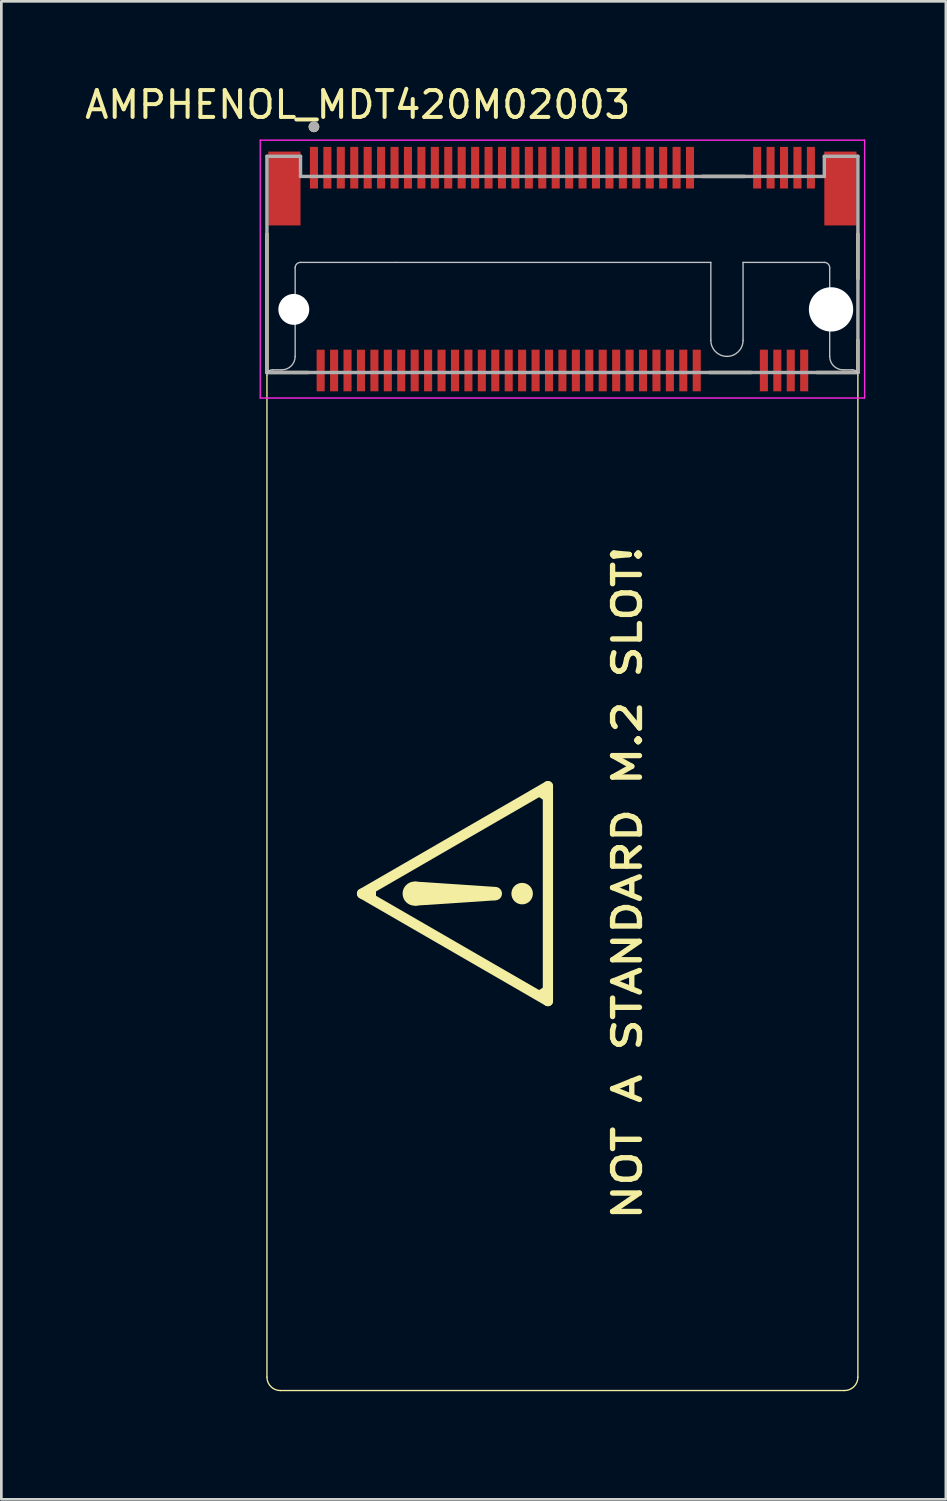
<source format=kicad_pcb>
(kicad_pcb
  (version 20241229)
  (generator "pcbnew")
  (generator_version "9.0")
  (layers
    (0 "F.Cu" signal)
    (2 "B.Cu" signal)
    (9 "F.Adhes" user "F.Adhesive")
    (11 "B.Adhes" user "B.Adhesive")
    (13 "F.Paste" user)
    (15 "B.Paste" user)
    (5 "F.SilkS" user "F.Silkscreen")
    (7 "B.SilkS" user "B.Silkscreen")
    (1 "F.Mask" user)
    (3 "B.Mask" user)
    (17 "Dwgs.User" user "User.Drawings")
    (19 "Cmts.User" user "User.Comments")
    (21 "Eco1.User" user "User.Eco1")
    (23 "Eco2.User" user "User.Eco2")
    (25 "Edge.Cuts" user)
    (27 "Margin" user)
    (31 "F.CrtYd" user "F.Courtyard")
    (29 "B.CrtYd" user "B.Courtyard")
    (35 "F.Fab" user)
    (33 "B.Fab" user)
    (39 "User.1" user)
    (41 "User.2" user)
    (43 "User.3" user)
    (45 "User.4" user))
  (footprint "AMPHENOL_MDT420M02003"
    (layer "F.Cu")
    (at 17.888 8.468)
    (property "Reference" "AMPHENOL_MDT420M02003" (at -7.62 -7.62 0) (layer "F.SilkS") (effects (font (size 1 1) (thickness 0.15))))
    (attr smd)
    (fp_line (start -11 2.35) (end -11 -2.805) (stroke (width 0.127) (type solid)) (layer "F.SilkS"))
    (fp_line (start -11 2.45) (end -11 39.75) (stroke (width 0.05) (type solid)) (layer "F.SilkS"))
    (fp_line (start -10.5 40.25) (end 10.5 40.25) (stroke (width 0.05) (type solid)) (layer "F.SilkS"))
    (fp_line (start -9.47 2.35) (end -11 2.35) (stroke (width 0.127) (type solid)) (layer "F.SilkS"))
    (fp_line (start -7.46 21.75) (end -0.54 17.75) (stroke (width 0.381) (type solid)) (layer "F.SilkS"))
    (fp_line (start -7.04 21.9) (end -7.04 21.59) (stroke (width 0.2) (type default)) (layer "F.SilkS"))
    (fp_line (start -0.56 18.24) (end -0.969 17.974) (stroke (width 0.2) (type default)) (layer "F.SilkS"))
    (fp_line (start -0.56 25.26) (end -0.969 25.526) (stroke (width 0.2) (type default)) (layer "F.SilkS"))
    (fp_line (start -0.54 17.75) (end -0.54 25.75) (stroke (width 0.381) (type solid)) (layer "F.SilkS"))
    (fp_line (start -0.54 25.75) (end -7.46 21.75) (stroke (width 0.381) (type solid)) (layer "F.SilkS"))
    (fp_line (start 5.213 -4.95) (end 6.777 -4.95) (stroke (width 0.127) (type solid)) (layer "F.SilkS"))
    (fp_line (start 5.463 2.35) (end 7.027 2.35) (stroke (width 0.127) (type solid)) (layer "F.SilkS"))
    (fp_line (start 11 -2.805) (end 11 -1.145) (stroke (width 0.127) (type solid)) (layer "F.SilkS"))
    (fp_line (start 11 2.35) (end 9.47 2.35) (stroke (width 0.127) (type solid)) (layer "F.SilkS"))
    (fp_line (start 11 2.35) (end 11 1.145) (stroke (width 0.127) (type solid)) (layer "F.SilkS"))
    (fp_line (start 11 39.75) (end 11 2.45) (stroke (width 0.05) (type solid)) (layer "F.SilkS"))
    (fp_arc (start -10.5 40.25) (mid -10.853554 40.103554) (end -11 39.75) (stroke (width 0.05) (type solid)) (layer "F.SilkS"))
    (fp_arc (start 11 39.75) (mid 10.853553 40.103553) (end 10.5 40.25) (stroke (width 0.05) (type solid)) (layer "F.SilkS"))
    (fp_circle (center -9.25 -6.796) (end -9.15 -6.796) (stroke (width 0.2) (type solid)) (fill no) (layer "F.SilkS"))
    (fp_circle (center -5.5 21.75) (end -5.5 21.3) (stroke (width 0) (type solid)) (fill yes) (layer "F.SilkS"))
    (fp_circle (center -2.5 21.75) (end -2.5 21.5) (stroke (width 0) (type solid)) (fill yes) (layer "F.SilkS"))
    (fp_circle (center -1.5 21.75) (end -1.5 21.35) (stroke (width 0) (type solid)) (fill yes) (layer "F.SilkS"))
    (fp_poly (pts (xy -2.5 22) (xy -2.5 21.5) (xy -5.5 21.3) (xy -5.5 22.2)) (stroke (width 0) (type solid)) (fill yes) (layer "F.SilkS"))
    (fp_line (start -10.45 2.25) (end -10.8 2.25) (stroke (width 0.05) (type solid)) (layer "Dwgs.User"))
    (fp_line (start -9.95 -1.55) (end -9.95 1.75) (stroke (width 0.05) (type solid)) (layer "Dwgs.User"))
    (fp_line (start -6.2 -1.75) (end -9.75 -1.75) (stroke (width 0.05) (type solid)) (layer "Dwgs.User"))
    (fp_line (start 5.525 -1.75) (end -6.2 -1.75) (stroke (width 0.05) (type solid)) (layer "Dwgs.User"))
    (fp_line (start 5.525 1.15) (end 5.525 -1.75) (stroke (width 0.05) (type solid)) (layer "Dwgs.User"))
    (fp_line (start 6.725 -1.75) (end 9.75 -1.75) (stroke (width 0.05) (type solid)) (layer "Dwgs.User"))
    (fp_line (start 6.725 1.15) (end 6.725 -1.75) (stroke (width 0.05) (type solid)) (layer "Dwgs.User"))
    (fp_line (start 9.95 1.75) (end 9.95 -1.55) (stroke (width 0.05) (type solid)) (layer "Dwgs.User"))
    (fp_line (start 10.8 2.25) (end 10.45 2.25) (stroke (width 0.05) (type solid)) (layer "Dwgs.User"))
    (fp_arc (start -11 2.45) (mid -10.941422 2.308578) (end -10.8 2.25) (stroke (width 0.05) (type solid)) (layer "Dwgs.User"))
    (fp_arc (start -9.95 -1.55) (mid -9.891421 -1.691421) (end -9.75 -1.75) (stroke (width 0.05) (type solid)) (layer "Dwgs.User"))
    (fp_arc (start -9.95 1.75) (mid -10.096447 2.103553) (end -10.45 2.25) (stroke (width 0.05) (type solid)) (layer "Dwgs.User"))
    (fp_arc (start 6.125 1.75) (mid 5.700736 1.574264) (end 5.525 1.15) (stroke (width 0.05) (type solid)) (layer "Dwgs.User"))
    (fp_arc (start 6.725 1.15) (mid 6.549264 1.574264) (end 6.125 1.75) (stroke (width 0.05) (type solid)) (layer "Dwgs.User"))
    (fp_arc (start 9.75 -1.75) (mid 9.891421 -1.691421) (end 9.95 -1.55) (stroke (width 0.05) (type solid)) (layer "Dwgs.User"))
    (fp_arc (start 10.45 2.25) (mid 10.096447 2.103553) (end 9.95 1.75) (stroke (width 0.05) (type solid)) (layer "Dwgs.User"))
    (fp_arc (start 10.8 2.25) (mid 10.941421 2.308579) (end 11 2.45) (stroke (width 0.05) (type solid)) (layer "Dwgs.User"))
    (fp_line (start -11.25 -6.3) (end -11.25 3.3) (stroke (width 0.05) (type solid)) (layer "F.CrtYd"))
    (fp_line (start -11.25 3.3) (end 11.25 3.3) (stroke (width 0.05) (type solid)) (layer "F.CrtYd"))
    (fp_line (start 11.25 -6.3) (end -11.25 -6.3) (stroke (width 0.05) (type solid)) (layer "F.CrtYd"))
    (fp_line (start 11.25 3.3) (end 11.25 -6.3) (stroke (width 0.05) (type solid)) (layer "F.CrtYd"))
    (fp_line (start -11 -5.7) (end -9.75 -5.7) (stroke (width 0.127) (type solid)) (layer "F.Fab"))
    (fp_line (start -11 2.35) (end -11 -5.7) (stroke (width 0.127) (type solid)) (layer "F.Fab"))
    (fp_line (start -9.75 -5.7) (end -9.75 -4.95) (stroke (width 0.127) (type solid)) (layer "F.Fab"))
    (fp_line (start -9.75 -4.95) (end 9.75 -4.95) (stroke (width 0.127) (type solid)) (layer "F.Fab"))
    (fp_line (start 9.75 -5.7) (end 11 -5.7) (stroke (width 0.127) (type solid)) (layer "F.Fab"))
    (fp_line (start 9.75 -4.95) (end 9.75 -5.7) (stroke (width 0.127) (type solid)) (layer "F.Fab"))
    (fp_line (start 11 -5.7) (end 11 2.35) (stroke (width 0.127) (type solid)) (layer "F.Fab"))
    (fp_line (start 11 2.35) (end -11 2.35) (stroke (width 0.127) (type solid)) (layer "F.Fab"))
    (fp_circle (center -9.25 -6.796) (end -9.15 -6.796) (stroke (width 0.2) (type solid)) (fill no) (layer "F.Fab"))
    (fp_line (start -1 40.25) (end 1 40.25) (stroke (width 0.1) (type default)) (layer "User.1"))
    (fp_line (start 0 39.25) (end 0 41.25) (stroke (width 0.1) (type default)) (layer "User.1"))
    (fp_circle (center 0 40.25) (end 1 40.25) (stroke (width 0.1) (type solid)) (fill no) (layer "User.1"))
    (fp_text user "NOT A STANDARD M.2 SLOT!" (at 3 34 90) (unlocked yes) (layer "F.SilkS") (effects (font (size 1 1.2) (thickness 0.2) (bold yes)) (justify left bottom)))
    (pad "" np_thru_hole circle (at -10 0) (size 1.15 1.15) (drill 1.15) (layers "*.Cu" "*.Mask"))
    (pad "" np_thru_hole circle (at 10 0) (size 1.65 1.65) (drill 1.65) (layers "*.Cu" "*.Mask"))
    (pad "1" smd rect (at -9.25 -5.275) (size 0.3 1.55) (layers "F.Cu" "F.Mask" "F.Paste"))
    (pad "2" smd rect (at -9 2.275) (size 0.3 1.55) (layers "F.Cu" "F.Mask" "F.Paste"))
    (pad "3" smd rect (at -8.75 -5.275) (size 0.3 1.55) (layers "F.Cu" "F.Mask" "F.Paste"))
    (pad "4" smd rect (at -8.5 2.275) (size 0.3 1.55) (layers "F.Cu" "F.Mask" "F.Paste"))
    (pad "5" smd rect (at -8.25 -5.275) (size 0.3 1.55) (layers "F.Cu" "F.Mask" "F.Paste"))
    (pad "6" smd rect (at -8 2.275) (size 0.3 1.55) (layers "F.Cu" "F.Mask" "F.Paste"))
    (pad "7" smd rect (at -7.75 -5.275) (size 0.3 1.55) (layers "F.Cu" "F.Mask" "F.Paste"))
    (pad "8" smd rect (at -7.5 2.275) (size 0.3 1.55) (layers "F.Cu" "F.Mask" "F.Paste"))
    (pad "9" smd rect (at -7.25 -5.275) (size 0.3 1.55) (layers "F.Cu" "F.Mask" "F.Paste"))
    (pad "10" smd rect (at -7 2.275) (size 0.3 1.55) (layers "F.Cu" "F.Mask" "F.Paste"))
    (pad "11" smd rect (at -6.75 -5.275) (size 0.3 1.55) (layers "F.Cu" "F.Mask" "F.Paste"))
    (pad "12" smd rect (at -6.5 2.275) (size 0.3 1.55) (layers "F.Cu" "F.Mask" "F.Paste"))
    (pad "13" smd rect (at -6.25 -5.275) (size 0.3 1.55) (layers "F.Cu" "F.Mask" "F.Paste"))
    (pad "14" smd rect (at -6 2.275) (size 0.3 1.55) (layers "F.Cu" "F.Mask" "F.Paste"))
    (pad "15" smd rect (at -5.75 -5.275) (size 0.3 1.55) (layers "F.Cu" "F.Mask" "F.Paste"))
    (pad "16" smd rect (at -5.5 2.275) (size 0.3 1.55) (layers "F.Cu" "F.Mask" "F.Paste"))
    (pad "17" smd rect (at -5.25 -5.275) (size 0.3 1.55) (layers "F.Cu" "F.Mask" "F.Paste"))
    (pad "18" smd rect (at -5 2.275) (size 0.3 1.55) (layers "F.Cu" "F.Mask" "F.Paste"))
    (pad "19" smd rect (at -4.75 -5.275) (size 0.3 1.55) (layers "F.Cu" "F.Mask" "F.Paste"))
    (pad "20" smd rect (at -4.5 2.275) (size 0.3 1.55) (layers "F.Cu" "F.Mask" "F.Paste"))
    (pad "21" smd rect (at -4.25 -5.275) (size 0.3 1.55) (layers "F.Cu" "F.Mask" "F.Paste"))
    (pad "22" smd rect (at -4 2.275) (size 0.3 1.55) (layers "F.Cu" "F.Mask" "F.Paste"))
    (pad "23" smd rect (at -3.75 -5.275) (size 0.3 1.55) (layers "F.Cu" "F.Mask" "F.Paste"))
    (pad "24" smd rect (at -3.5 2.275) (size 0.3 1.55) (layers "F.Cu" "F.Mask" "F.Paste"))
    (pad "25" smd rect (at -3.25 -5.275) (size 0.3 1.55) (layers "F.Cu" "F.Mask" "F.Paste"))
    (pad "26" smd rect (at -3 2.275) (size 0.3 1.55) (layers "F.Cu" "F.Mask" "F.Paste"))
    (pad "27" smd rect (at -2.75 -5.275) (size 0.3 1.55) (layers "F.Cu" "F.Mask" "F.Paste"))
    (pad "28" smd rect (at -2.5 2.275) (size 0.3 1.55) (layers "F.Cu" "F.Mask" "F.Paste"))
    (pad "29" smd rect (at -2.25 -5.275) (size 0.3 1.55) (layers "F.Cu" "F.Mask" "F.Paste"))
    (pad "30" smd rect (at -2 2.275) (size 0.3 1.55) (layers "F.Cu" "F.Mask" "F.Paste"))
    (pad "31" smd rect (at -1.75 -5.275) (size 0.3 1.55) (layers "F.Cu" "F.Mask" "F.Paste"))
    (pad "32" smd rect (at -1.5 2.275) (size 0.3 1.55) (layers "F.Cu" "F.Mask" "F.Paste"))
    (pad "33" smd rect (at -1.25 -5.275) (size 0.3 1.55) (layers "F.Cu" "F.Mask" "F.Paste"))
    (pad "34" smd rect (at -1 2.275) (size 0.3 1.55) (layers "F.Cu" "F.Mask" "F.Paste"))
    (pad "35" smd rect (at -0.75 -5.275) (size 0.3 1.55) (layers "F.Cu" "F.Mask" "F.Paste"))
    (pad "36" smd rect (at -0.5 2.275) (size 0.3 1.55) (layers "F.Cu" "F.Mask" "F.Paste"))
    (pad "37" smd rect (at -0.25 -5.275) (size 0.3 1.55) (layers "F.Cu" "F.Mask" "F.Paste"))
    (pad "38" smd rect (at 0 2.275) (size 0.3 1.55) (layers "F.Cu" "F.Mask" "F.Paste"))
    (pad "39" smd rect (at 0.25 -5.275) (size 0.3 1.55) (layers "F.Cu" "F.Mask" "F.Paste"))
    (pad "40" smd rect (at 0.5 2.275) (size 0.3 1.55) (layers "F.Cu" "F.Mask" "F.Paste"))
    (pad "41" smd rect (at 0.75 -5.275) (size 0.3 1.55) (layers "F.Cu" "F.Mask" "F.Paste"))
    (pad "42" smd rect (at 1 2.275) (size 0.3 1.55) (layers "F.Cu" "F.Mask" "F.Paste"))
    (pad "43" smd rect (at 1.25 -5.275) (size 0.3 1.55) (layers "F.Cu" "F.Mask" "F.Paste"))
    (pad "44" smd rect (at 1.5 2.275) (size 0.3 1.55) (layers "F.Cu" "F.Mask" "F.Paste"))
    (pad "45" smd rect (at 1.75 -5.275) (size 0.3 1.55) (layers "F.Cu" "F.Mask" "F.Paste"))
    (pad "46" smd rect (at 2 2.275) (size 0.3 1.55) (layers "F.Cu" "F.Mask" "F.Paste"))
    (pad "47" smd rect (at 2.25 -5.275) (size 0.3 1.55) (layers "F.Cu" "F.Mask" "F.Paste"))
    (pad "48" smd rect (at 2.5 2.275) (size 0.3 1.55) (layers "F.Cu" "F.Mask" "F.Paste"))
    (pad "49" smd rect (at 2.75 -5.275) (size 0.3 1.55) (layers "F.Cu" "F.Mask" "F.Paste"))
    (pad "50" smd rect (at 3 2.275) (size 0.3 1.55) (layers "F.Cu" "F.Mask" "F.Paste"))
    (pad "51" smd rect (at 3.25 -5.275) (size 0.3 1.55) (layers "F.Cu" "F.Mask" "F.Paste"))
    (pad "52" smd rect (at 3.5 2.275) (size 0.3 1.55) (layers "F.Cu" "F.Mask" "F.Paste"))
    (pad "53" smd rect (at 3.75 -5.275) (size 0.3 1.55) (layers "F.Cu" "F.Mask" "F.Paste"))
    (pad "54" smd rect (at 4 2.275) (size 0.3 1.55) (layers "F.Cu" "F.Mask" "F.Paste"))
    (pad "55" smd rect (at 4.25 -5.275) (size 0.3 1.55) (layers "F.Cu" "F.Mask" "F.Paste"))
    (pad "56" smd rect (at 4.5 2.275) (size 0.3 1.55) (layers "F.Cu" "F.Mask" "F.Paste"))
    (pad "57" smd rect (at 4.75 -5.275) (size 0.3 1.55) (layers "F.Cu" "F.Mask" "F.Paste"))
    (pad "58" smd rect (at 5 2.275) (size 0.3 1.55) (layers "F.Cu" "F.Mask" "F.Paste"))
    (pad "67" smd rect (at 7.25 -5.275) (size 0.3 1.55) (layers "F.Cu" "F.Mask" "F.Paste"))
    (pad "68" smd rect (at 7.5 2.275) (size 0.3 1.55) (layers "F.Cu" "F.Mask" "F.Paste"))
    (pad "69" smd rect (at 7.75 -5.275) (size 0.3 1.55) (layers "F.Cu" "F.Mask" "F.Paste"))
    (pad "70" smd rect (at 8 2.275) (size 0.3 1.55) (layers "F.Cu" "F.Mask" "F.Paste"))
    (pad "71" smd rect (at 8.25 -5.275) (size 0.3 1.55) (layers "F.Cu" "F.Mask" "F.Paste"))
    (pad "72" smd rect (at 8.5 2.275) (size 0.3 1.55) (layers "F.Cu" "F.Mask" "F.Paste"))
    (pad "73" smd rect (at 8.75 -5.275) (size 0.3 1.55) (layers "F.Cu" "F.Mask" "F.Paste"))
    (pad "74" smd rect (at 9 2.275) (size 0.3 1.55) (layers "F.Cu" "F.Mask" "F.Paste"))
    (pad "75" smd rect (at 9.25 -5.275) (size 0.3 1.55) (layers "F.Cu" "F.Mask" "F.Paste"))
    (pad "S1" smd rect (at -10.35 -4.5) (size 1.2 2.75) (layers "F.Cu" "F.Mask" "F.Paste"))
    (pad "S2" smd rect (at 10.35 -4.5) (size 1.2 2.75) (layers "F.Cu" "F.Mask" "F.Paste")))
  (gr_rect
    (start -3 -3)
    (end 32.163 52.768)
    (stroke (width 0.1) (type default))
    (fill no)
    (layer "Edge.Cuts")))
</source>
